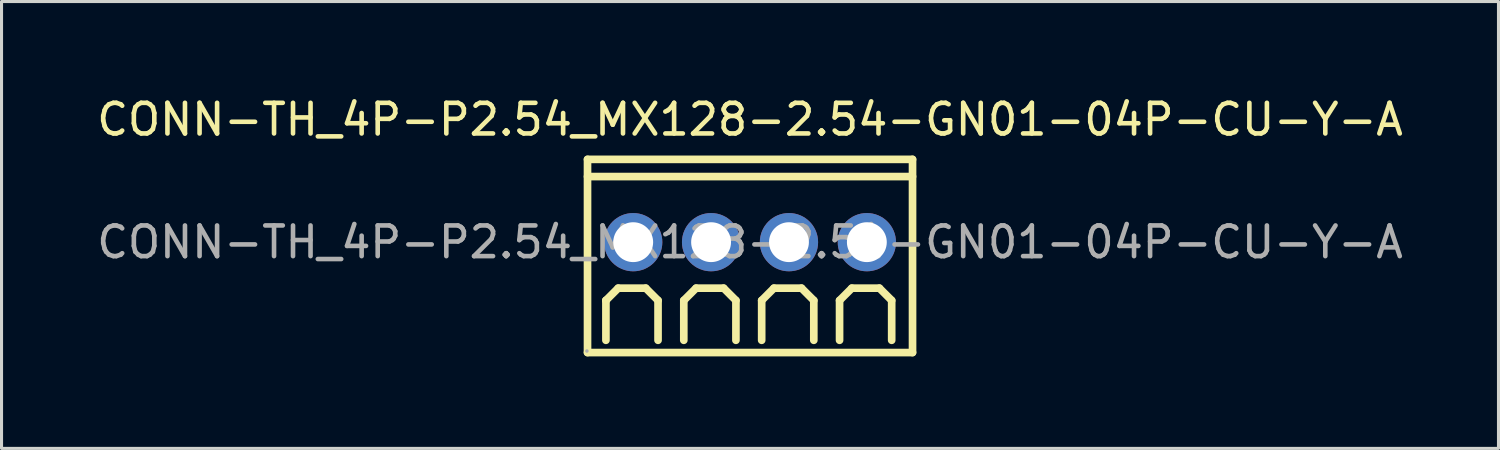
<source format=kicad_pcb>
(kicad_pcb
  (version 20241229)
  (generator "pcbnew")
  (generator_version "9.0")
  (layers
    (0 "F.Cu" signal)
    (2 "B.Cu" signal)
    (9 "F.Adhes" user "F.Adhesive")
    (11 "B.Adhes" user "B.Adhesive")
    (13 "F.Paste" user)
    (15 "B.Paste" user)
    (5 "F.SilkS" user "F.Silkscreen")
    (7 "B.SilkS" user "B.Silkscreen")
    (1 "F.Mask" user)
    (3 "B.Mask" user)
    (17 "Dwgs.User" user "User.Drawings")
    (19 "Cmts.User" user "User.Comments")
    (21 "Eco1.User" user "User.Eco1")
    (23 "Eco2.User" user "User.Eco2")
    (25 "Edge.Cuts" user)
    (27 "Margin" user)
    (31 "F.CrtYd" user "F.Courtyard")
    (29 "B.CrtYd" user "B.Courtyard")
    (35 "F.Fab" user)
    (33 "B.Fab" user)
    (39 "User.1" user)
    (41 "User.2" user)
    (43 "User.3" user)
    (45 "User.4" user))
  (footprint "CONN-TH_4P-P2.54_MX128-2.54-GN01-04P-CU-Y-A"
    (layer "F.Cu")
    (at 21.411 4.848)
    (property "Reference" "CONN-TH_4P-P2.54_MX128-2.54-GN01-04P-CU-Y-A" (at 0 -4 0) (layer "F.SilkS") (effects (font (size 1 1) (thickness 0.15))))
    (attr through_hole)
    (fp_line (start -5.3 -2.7) (end 5.3 -2.7) (stroke (width 0.25) (type solid)) (layer "F.SilkS"))
    (fp_line (start -5.3 -2.14) (end 5.3 -2.14) (stroke (width 0.25) (type solid)) (layer "F.SilkS"))
    (fp_line (start -5.3 3.6) (end -5.3 -2.7) (stroke (width 0.25) (type solid)) (layer "F.SilkS"))
    (fp_line (start -4.7 1.9) (end -4.7 1.9) (stroke (width 0.25) (type solid)) (layer "F.SilkS"))
    (fp_line (start -4.7 1.9) (end -4.3 1.5) (stroke (width 0.25) (type solid)) (layer "F.SilkS"))
    (fp_line (start -4.7 3.2) (end -4.7 1.9) (stroke (width 0.25) (type solid)) (layer "F.SilkS"))
    (fp_line (start -3.4 1.5) (end -4.3 1.5) (stroke (width 0.25) (type solid)) (layer "F.SilkS"))
    (fp_line (start -3 1.9) (end -3.4 1.5) (stroke (width 0.25) (type solid)) (layer "F.SilkS"))
    (fp_line (start -3 1.9) (end -3 3.2) (stroke (width 0.25) (type solid)) (layer "F.SilkS"))
    (fp_line (start -2.16 1.9) (end -1.76 1.5) (stroke (width 0.25) (type solid)) (layer "F.SilkS"))
    (fp_line (start -2.16 3.2) (end -2.16 1.9) (stroke (width 0.25) (type solid)) (layer "F.SilkS"))
    (fp_line (start -0.86 1.5) (end -1.76 1.5) (stroke (width 0.25) (type solid)) (layer "F.SilkS"))
    (fp_line (start -0.46 1.9) (end -0.86 1.5) (stroke (width 0.25) (type solid)) (layer "F.SilkS"))
    (fp_line (start -0.46 1.9) (end -0.46 3.2) (stroke (width 0.25) (type solid)) (layer "F.SilkS"))
    (fp_line (start 0.38 1.9) (end 0.78 1.5) (stroke (width 0.25) (type solid)) (layer "F.SilkS"))
    (fp_line (start 0.38 3.2) (end 0.38 1.9) (stroke (width 0.25) (type solid)) (layer "F.SilkS"))
    (fp_line (start 1.68 1.5) (end 0.78 1.5) (stroke (width 0.25) (type solid)) (layer "F.SilkS"))
    (fp_line (start 2.08 1.9) (end 1.68 1.5) (stroke (width 0.25) (type solid)) (layer "F.SilkS"))
    (fp_line (start 2.08 1.9) (end 2.08 3.2) (stroke (width 0.25) (type solid)) (layer "F.SilkS"))
    (fp_line (start 2.92 1.9) (end 3.32 1.5) (stroke (width 0.25) (type solid)) (layer "F.SilkS"))
    (fp_line (start 2.92 3.2) (end 2.92 1.9) (stroke (width 0.25) (type solid)) (layer "F.SilkS"))
    (fp_line (start 4.22 1.5) (end 3.32 1.5) (stroke (width 0.25) (type solid)) (layer "F.SilkS"))
    (fp_line (start 4.62 1.9) (end 4.22 1.5) (stroke (width 0.25) (type solid)) (layer "F.SilkS"))
    (fp_line (start 4.62 1.9) (end 4.62 3.2) (stroke (width 0.25) (type solid)) (layer "F.SilkS"))
    (fp_line (start 5.3 -2.7) (end 5.3 3.6) (stroke (width 0.25) (type solid)) (layer "F.SilkS"))
    (fp_line (start 5.3 3.6) (end -5.3 3.6) (stroke (width 0.25) (type solid)) (layer "F.SilkS"))
    (fp_circle (center -5.32 3.55) (end -5.29 3.55) (stroke (width 0.06) (type solid)) (fill no) (layer "F.Fab"))
    (fp_text user "${REFERENCE}" (at 0 0 0) (layer "F.Fab") (effects (font (size 1 1) (thickness 0.15))))
    (pad "1" thru_hole circle (at -3.81 0) (size 1.9 1.9) (drill 1.3) (layers "*.Cu" "*.Mask"))
    (pad "2" thru_hole circle (at -1.27 0) (size 1.9 1.9) (drill 1.3) (layers "*.Cu" "*.Mask"))
    (pad "3" thru_hole circle (at 1.27 0) (size 1.9 1.9) (drill 1.3) (layers "*.Cu" "*.Mask"))
    (pad "4" thru_hole circle (at 3.81 0) (size 1.9 1.9) (drill 1.3) (layers "*.Cu" "*.Mask")))
  (gr_rect
    (start -3 -3)
    (end 45.821 11.573)
    (stroke (width 0.1) (type default))
    (fill no)
    (layer "Edge.Cuts")))
</source>
